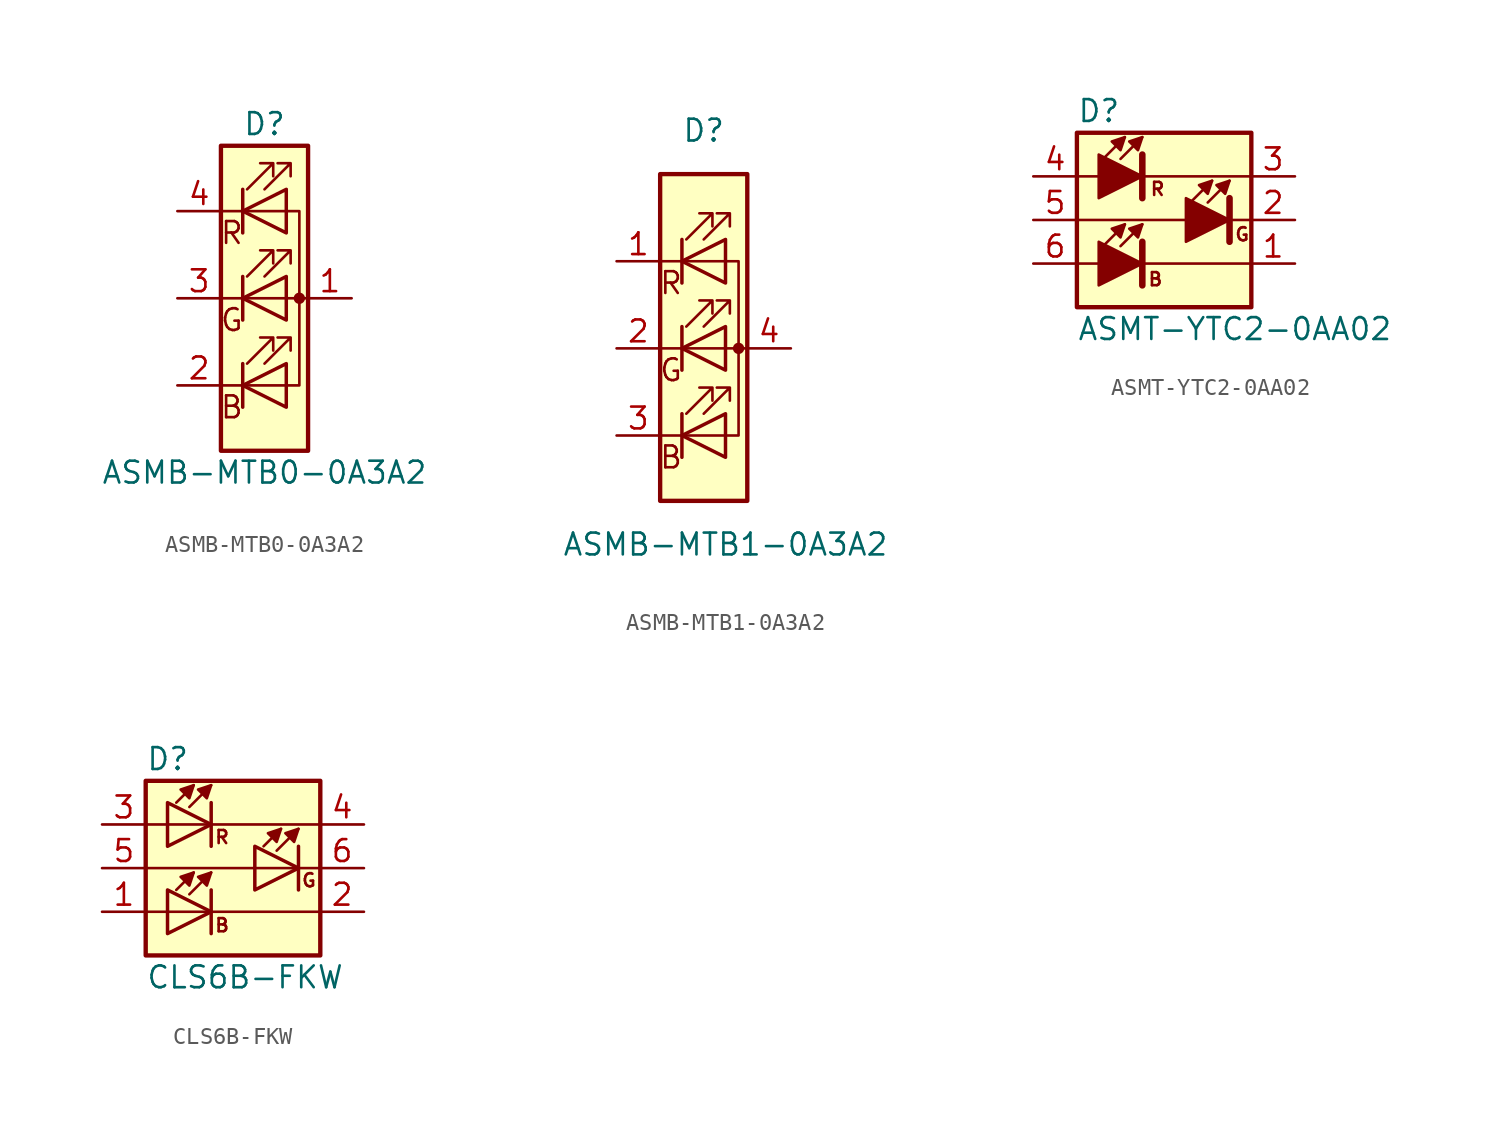
<source format=kicad_sym>
(kicad_symbol_lib
  (version 20211014)
  (generator kicad_symbol_editor)
  (symbol "ASMB-MTB0-0A3A2"
    (pin_names
      (offset 0) hide)
    (property "Reference" "D"
      (at 0 10.16 0)
      (effects (font (size 1.27 1.27))))
    (property "Value" "ASMB-MTB0-0A3A2"
      (at 0 -10.16 0)
      (effects (font (size 1.27 1.27))))
    (symbol "ASMB-MTB0-0A3A2_0_0"
      (text "B" (at -1.905 -6.35 0) (effects (font (size 1.27 1.27))))
      (text "G" (at -1.905 -1.27 0) (effects (font (size 1.27 1.27))))
      (text "R" (at -1.905 3.81 0) (effects (font (size 1.27 1.27)))))
    (symbol "ASMB-MTB0-0A3A2_0_1"
      (rectangle (start -2.54 -8.89) (end 2.54 8.89) (stroke (width 0.254) (type default) (color 0 0 0 0)) (fill (type background)))
      (polyline (pts (xy -2.54 -5.08) (xy 1.27 -5.08)) (stroke (width 0) (type default) (color 0 0 0 0)) (fill (type none)))
      (polyline (pts (xy -1.27 -3.81) (xy -1.27 -6.35)) (stroke (width 0.203) (type default) (color 0 0 0 0)) (fill (type none)))
      (polyline (pts (xy -1.27 1.27) (xy -1.27 -1.27)) (stroke (width 0.203) (type default) (color 0 0 0 0)) (fill (type none)))
      (polyline (pts (xy -1.27 6.35) (xy -1.27 3.81)) (stroke (width 0.203) (type default) (color 0 0 0 0)) (fill (type none)))
      (polyline (pts (xy 1.27 5.08) (xy -2.54 5.08)) (stroke (width 0) (type default) (color 0 0 0 0)) (fill (type none)))
      (polyline (pts (xy 2.54 0) (xy -2.54 0)) (stroke (width 0) (type default) (color 0 0 0 0)) (fill (type none)))
      (polyline (pts (xy 1.27 -5.08) (xy 2.032 -5.08) (xy 2.032 5.08) (xy 1.27 5.08)) (stroke (width 0) (type default) (color 0 0 0 0)) (fill (type none)))
      (polyline (pts (xy 1.27 -3.81) (xy 1.27 -6.35) (xy -1.27 -5.08) (xy 1.27 -3.81)) (stroke (width 0.203) (type default) (color 0 0 0 0)) (fill (type none)))
      (polyline (pts (xy 1.27 1.27) (xy 1.27 -1.27) (xy -1.27 0) (xy 1.27 1.27)) (stroke (width 0.203) (type default) (color 0 0 0 0)) (fill (type none)))
      (polyline (pts (xy 1.27 6.35) (xy 1.27 3.81) (xy -1.27 5.08) (xy 1.27 6.35)) (stroke (width 0.203) (type default) (color 0 0 0 0)) (fill (type none)))
      (polyline (pts (xy -1.016 -3.81) (xy 0.508 -2.286) (xy -0.254 -2.286) (xy 0.508 -2.286) (xy 0.508 -3.048)) (stroke (width 0) (type default) (color 0 0 0 0)) (fill (type none)))
      (polyline (pts (xy -1.016 1.27) (xy 0.508 2.794) (xy -0.254 2.794) (xy 0.508 2.794) (xy 0.508 2.032)) (stroke (width 0) (type default) (color 0 0 0 0)) (fill (type none)))
      (polyline (pts (xy -1.016 6.35) (xy 0.508 7.874) (xy -0.254 7.874) (xy 0.508 7.874) (xy 0.508 7.112)) (stroke (width 0) (type default) (color 0 0 0 0)) (fill (type none)))
      (polyline (pts (xy 0 -3.81) (xy 1.524 -2.286) (xy 0.762 -2.286) (xy 1.524 -2.286) (xy 1.524 -3.048)) (stroke (width 0) (type default) (color 0 0 0 0)) (fill (type none)))
      (polyline (pts (xy 0 1.27) (xy 1.524 2.794) (xy 0.762 2.794) (xy 1.524 2.794) (xy 1.524 2.032)) (stroke (width 0) (type default) (color 0 0 0 0)) (fill (type none)))
      (polyline (pts (xy 0 6.35) (xy 1.524 7.874) (xy 0.762 7.874) (xy 1.524 7.874) (xy 1.524 7.112)) (stroke (width 0) (type default) (color 0 0 0 0)) (fill (type none)))
      (rectangle (start 1.27 6.35) (end 1.27 6.35) (stroke (width 0) (type default) (color 0 0 0 0)) (fill (type none)))
      (circle (center 2.032 0) (radius 0.254) (stroke (width 0) (type default) (color 0 0 0 0)) (fill (type outline))))
    (symbol "ASMB-MTB0-0A3A2_1_1"
      (pin passive line (at 5.08 0 180) (length 2.54) (name "A" (effects (font (size 1.27 1.27)))) (number "1" (effects (font (size 1.27 1.27)))))
      (pin passive line (at -5.08 -5.08 0) (length 2.54) (name "BK" (effects (font (size 1.27 1.27)))) (number "2" (effects (font (size 1.27 1.27)))))
      (pin passive line (at -5.08 0 0) (length 2.54) (name "GK" (effects (font (size 1.27 1.27)))) (number "3" (effects (font (size 1.27 1.27)))))
      (pin passive line (at -5.08 5.08 0) (length 2.54) (name "RK" (effects (font (size 1.27 1.27)))) (number "4" (effects (font (size 1.27 1.27)))))))
  (symbol "ASMB-MTB1-0A3A2"
    (pin_names
      (offset 0) hide)
    (property "Reference" "D"
      (at 0 12.7 0)
      (effects (font (size 1.27 1.27))))
    (property "Value" "ASMB-MTB1-0A3A2"
      (at 1.27 -11.43 0)
      (effects (font (size 1.27 1.27))))
    (symbol "ASMB-MTB1-0A3A2_0_0"
      (text "B" (at -1.905 -6.35 0) (effects (font (size 1.27 1.27))))
      (text "G" (at -1.905 -1.27 0) (effects (font (size 1.27 1.27))))
      (text "R" (at -1.905 3.81 0) (effects (font (size 1.27 1.27)))))
    (symbol "ASMB-MTB1-0A3A2_0_1"
      (polyline (pts (xy -2.54 -5.08) (xy 1.27 -5.08)) (stroke (width 0) (type default) (color 0 0 0 0)) (fill (type none)))
      (polyline (pts (xy -1.27 -3.81) (xy -1.27 -6.35)) (stroke (width 0.203) (type default) (color 0 0 0 0)) (fill (type none)))
      (polyline (pts (xy -1.27 1.27) (xy -1.27 -1.27)) (stroke (width 0.203) (type default) (color 0 0 0 0)) (fill (type none)))
      (polyline (pts (xy -1.27 6.35) (xy -1.27 3.81)) (stroke (width 0.203) (type default) (color 0 0 0 0)) (fill (type none)))
      (polyline (pts (xy 1.27 5.08) (xy -2.54 5.08)) (stroke (width 0) (type default) (color 0 0 0 0)) (fill (type none)))
      (polyline (pts (xy 2.54 0) (xy -2.54 0)) (stroke (width 0) (type default) (color 0 0 0 0)) (fill (type none)))
      (polyline (pts (xy 1.27 -5.08) (xy 2.032 -5.08) (xy 2.032 5.08) (xy 1.27 5.08)) (stroke (width 0) (type default) (color 0 0 0 0)) (fill (type none)))
      (polyline (pts (xy 1.27 -3.81) (xy 1.27 -6.35) (xy -1.27 -5.08) (xy 1.27 -3.81)) (stroke (width 0.203) (type default) (color 0 0 0 0)) (fill (type none)))
      (polyline (pts (xy 1.27 1.27) (xy 1.27 -1.27) (xy -1.27 0) (xy 1.27 1.27)) (stroke (width 0.203) (type default) (color 0 0 0 0)) (fill (type none)))
      (polyline (pts (xy 1.27 6.35) (xy 1.27 3.81) (xy -1.27 5.08) (xy 1.27 6.35)) (stroke (width 0.203) (type default) (color 0 0 0 0)) (fill (type none)))
      (polyline (pts (xy -1.016 -3.81) (xy 0.508 -2.286) (xy -0.254 -2.286) (xy 0.508 -2.286) (xy 0.508 -3.048)) (stroke (width 0) (type default) (color 0 0 0 0)) (fill (type none)))
      (polyline (pts (xy -1.016 1.27) (xy 0.508 2.794) (xy -0.254 2.794) (xy 0.508 2.794) (xy 0.508 2.032)) (stroke (width 0) (type default) (color 0 0 0 0)) (fill (type none)))
      (polyline (pts (xy -1.016 6.35) (xy 0.508 7.874) (xy -0.254 7.874) (xy 0.508 7.874) (xy 0.508 7.112)) (stroke (width 0) (type default) (color 0 0 0 0)) (fill (type none)))
      (polyline (pts (xy 0 -3.81) (xy 1.524 -2.286) (xy 0.762 -2.286) (xy 1.524 -2.286) (xy 1.524 -3.048)) (stroke (width 0) (type default) (color 0 0 0 0)) (fill (type none)))
      (polyline (pts (xy 0 1.27) (xy 1.524 2.794) (xy 0.762 2.794) (xy 1.524 2.794) (xy 1.524 2.032)) (stroke (width 0) (type default) (color 0 0 0 0)) (fill (type none)))
      (polyline (pts (xy 0 6.35) (xy 1.524 7.874) (xy 0.762 7.874) (xy 1.524 7.874) (xy 1.524 7.112)) (stroke (width 0) (type default) (color 0 0 0 0)) (fill (type none)))
      (rectangle (start 1.27 6.35) (end 1.27 6.35) (stroke (width 0) (type default) (color 0 0 0 0)) (fill (type none)))
      (circle (center 2.032 0) (radius 0.254) (stroke (width 0) (type default) (color 0 0 0 0)) (fill (type outline)))
      (rectangle (start 2.54 -8.89) (end -2.54 10.16) (stroke (width 0.254) (type default) (color 0 0 0 0)) (fill (type background))))
    (symbol "ASMB-MTB1-0A3A2_1_1"
      (pin passive line (at -5.08 5.08 0) (length 2.54) (name "RK" (effects (font (size 1.27 1.27)))) (number "1" (effects (font (size 1.27 1.27)))))
      (pin passive line (at -5.08 0 0) (length 2.54) (name "GK" (effects (font (size 1.27 1.27)))) (number "2" (effects (font (size 1.27 1.27)))))
      (pin passive line (at -5.08 -5.08 0) (length 2.54) (name "BK" (effects (font (size 1.27 1.27)))) (number "3" (effects (font (size 1.27 1.27)))))
      (pin passive line (at 5.08 0 180) (length 2.54) (name "A" (effects (font (size 1.27 1.27)))) (number "4" (effects (font (size 1.27 1.27)))))))
  (symbol "ASMT-YTC2-0AA02"
    (pin_names hide)
    (property "Reference" "D"
      (at -5.08 6.35 0)
      (effects (font (size 1.27 1.27)) (justify left)))
    (property "Value" "ASMT-YTC2-0AA02"
      (at -5.08 -6.35 0)
      (effects (font (size 1.27 1.27)) (justify left)))
    (symbol "ASMT-YTC2-0AA02_0_0"
      (text "B" (at -0.508 -3.454 0) (effects (font (size 0.762 0.762))))
      (text "G" (at 4.547 -0.838 0) (effects (font (size 0.762 0.762))))
      (text "R" (at -0.381 1.803 0) (effects (font (size 0.762 0.762)))))
    (symbol "ASMT-YTC2-0AA02_0_1"
      (rectangle (start -5.08 5.08) (end 5.08 -5.08) (stroke (width 0.254) (type default) (color 0 0 0 0)) (fill (type background)))
      (polyline (pts (xy -5.08 -2.54) (xy -3.81 -2.54)) (stroke (width 0) (type default) (color 0 0 0 0)) (fill (type none)))
      (polyline (pts (xy -5.08 0) (xy 1.27 0)) (stroke (width 0) (type default) (color 0 0 0 0)) (fill (type none)))
      (polyline (pts (xy -3.81 2.54) (xy -5.08 2.54)) (stroke (width 0) (type default) (color 0 0 0 0)) (fill (type none)))
      (polyline (pts (xy -3.556 -1.524) (xy -2.286 -0.254)) (stroke (width 0) (type default) (color 0 0 0 0)) (fill (type none)))
      (polyline (pts (xy -3.556 3.556) (xy -2.286 4.826)) (stroke (width 0) (type default) (color 0 0 0 0)) (fill (type none)))
      (polyline (pts (xy -2.54 -1.524) (xy -1.27 -0.254)) (stroke (width 0) (type default) (color 0 0 0 0)) (fill (type none)))
      (polyline (pts (xy -2.54 3.556) (xy -1.27 4.826)) (stroke (width 0) (type default) (color 0 0 0 0)) (fill (type none)))
      (polyline (pts (xy -1.27 -2.54) (xy 5.08 -2.54)) (stroke (width 0) (type default) (color 0 0 0 0)) (fill (type none)))
      (polyline (pts (xy -1.27 -1.27) (xy -1.27 -3.81)) (stroke (width 0.381) (type default) (color 0 0 0 0)) (fill (type none)))
      (polyline (pts (xy -1.27 2.54) (xy 5.08 2.54)) (stroke (width 0) (type default) (color 0 0 0 0)) (fill (type none)))
      (polyline (pts (xy -1.27 3.81) (xy -1.27 1.27)) (stroke (width 0.381) (type default) (color 0 0 0 0)) (fill (type none)))
      (polyline (pts (xy 1.524 1.016) (xy 2.794 2.286)) (stroke (width 0) (type default) (color 0 0 0 0)) (fill (type none)))
      (polyline (pts (xy 2.54 1.016) (xy 3.81 2.286)) (stroke (width 0) (type default) (color 0 0 0 0)) (fill (type none)))
      (polyline (pts (xy 3.81 0) (xy 5.08 0)) (stroke (width 0) (type default) (color 0 0 0 0)) (fill (type none)))
      (polyline (pts (xy 3.81 1.27) (xy 3.81 -1.27)) (stroke (width 0.381) (type default) (color 0 0 0 0)) (fill (type none)))
      (polyline (pts (xy -3.81 -1.27) (xy -3.81 -3.81) (xy -1.27 -2.54) (xy -3.81 -1.27)) (stroke (width 0) (type default) (color 0 0 0 0)) (fill (type outline)))
      (polyline (pts (xy -3.81 3.81) (xy -3.81 1.27) (xy -1.27 2.54) (xy -3.81 3.81)) (stroke (width 0) (type default) (color 0 0 0 0)) (fill (type outline)))
      (polyline (pts (xy -2.286 -0.254) (xy -2.54 -1.016) (xy -3.048 -0.508) (xy -2.286 -0.254)) (stroke (width 0) (type default) (color 0 0 0 0)) (fill (type outline)))
      (polyline (pts (xy -2.286 4.826) (xy -2.54 4.064) (xy -3.048 4.572) (xy -2.286 4.826)) (stroke (width 0) (type default) (color 0 0 0 0)) (fill (type outline)))
      (polyline (pts (xy -1.27 -0.254) (xy -1.524 -1.016) (xy -2.032 -0.508) (xy -1.27 -0.254)) (stroke (width 0) (type default) (color 0 0 0 0)) (fill (type outline)))
      (polyline (pts (xy -1.27 4.826) (xy -1.524 4.064) (xy -2.032 4.572) (xy -1.27 4.826)) (stroke (width 0) (type default) (color 0 0 0 0)) (fill (type outline)))
      (polyline (pts (xy 1.27 1.27) (xy 1.27 -1.27) (xy 3.81 0) (xy 1.27 1.27)) (stroke (width 0) (type default) (color 0 0 0 0)) (fill (type outline)))
      (polyline (pts (xy 2.794 2.286) (xy 2.54 1.524) (xy 2.032 2.032) (xy 2.794 2.286)) (stroke (width 0) (type default) (color 0 0 0 0)) (fill (type outline)))
      (polyline (pts (xy 3.81 2.286) (xy 3.556 1.524) (xy 3.048 2.032) (xy 3.81 2.286)) (stroke (width 0) (type default) (color 0 0 0 0)) (fill (type outline))))
    (symbol "ASMT-YTC2-0AA02_1_1"
      (pin passive line (at 7.62 -2.54 180) (length 2.54) (name "KB" (effects (font (size 1.27 1.27)))) (number "1" (effects (font (size 1.27 1.27)))))
      (pin passive line (at 7.62 0 180) (length 2.54) (name "KG" (effects (font (size 1.27 1.27)))) (number "2" (effects (font (size 1.27 1.27)))))
      (pin passive line (at 7.62 2.54 180) (length 2.54) (name "KR" (effects (font (size 1.27 1.27)))) (number "3" (effects (font (size 1.27 1.27)))))
      (pin passive line (at -7.62 2.54 0) (length 2.54) (name "AR" (effects (font (size 1.27 1.27)))) (number "4" (effects (font (size 1.27 1.27)))))
      (pin passive line (at -7.62 0 0) (length 2.54) (name "AG" (effects (font (size 1.27 1.27)))) (number "5" (effects (font (size 1.27 1.27)))))
      (pin passive line (at -7.62 -2.54 0) (length 2.54) (name "AB" (effects (font (size 1.27 1.27)))) (number "6" (effects (font (size 1.27 1.27)))))))
  (symbol "CLS6B-FKW"
    (pin_names hide)
    (property "Reference" "D"
      (at -5.08 6.35 0)
      (effects (font (size 1.27 1.27)) (justify left)))
    (property "Value" "CLS6B-FKW"
      (at -5.08 -6.35 0)
      (effects (font (size 1.27 1.27)) (justify left)))
    (symbol "CLS6B-FKW_0_0"
      (text "B" (at -0.635 -3.327 0) (effects (font (size 0.762 0.762))))
      (text "G" (at 4.42 -0.711 0) (effects (font (size 0.762 0.762))))
      (text "R" (at -0.635 1.803 0) (effects (font (size 0.762 0.762)))))
    (symbol "CLS6B-FKW_0_1"
      (rectangle (start -5.08 5.08) (end 5.08 -5.08) (stroke (width 0.254) (type default) (color 0 0 0 0)) (fill (type background)))
      (polyline (pts (xy -5.105 0) (xy 5.08 0)) (stroke (width 0) (type default) (color 0 0 0 0)) (fill (type none)))
      (polyline (pts (xy -5.08 -2.54) (xy 5.08 -2.54)) (stroke (width 0) (type default) (color 0 0 0 0)) (fill (type none)))
      (polyline (pts (xy -5.08 2.54) (xy 5.08 2.54)) (stroke (width 0) (type default) (color 0 0 0 0)) (fill (type none)))
      (polyline (pts (xy -2.54 -1.524) (xy -1.27 -0.254)) (stroke (width 0) (type default) (color 0 0 0 0)) (fill (type none)))
      (polyline (pts (xy -2.54 3.556) (xy -1.27 4.826)) (stroke (width 0) (type default) (color 0 0 0 0)) (fill (type none)))
      (polyline (pts (xy -2.286 -0.254) (xy -3.302 -1.27)) (stroke (width 0) (type default) (color 0 0 0 0)) (fill (type none)))
      (polyline (pts (xy -2.286 4.826) (xy -3.302 3.81)) (stroke (width 0) (type default) (color 0 0 0 0)) (fill (type none)))
      (polyline (pts (xy -1.27 -1.27) (xy -1.27 -3.81)) (stroke (width 0.203) (type default) (color 0 0 0 0)) (fill (type none)))
      (polyline (pts (xy -1.27 3.81) (xy -1.27 1.27)) (stroke (width 0.203) (type default) (color 0 0 0 0)) (fill (type none)))
      (polyline (pts (xy 2.54 1.016) (xy 3.81 2.286)) (stroke (width 0) (type default) (color 0 0 0 0)) (fill (type none)))
      (polyline (pts (xy 2.794 2.286) (xy 1.778 1.27)) (stroke (width 0) (type default) (color 0 0 0 0)) (fill (type none)))
      (polyline (pts (xy 3.81 1.27) (xy 3.81 -1.27)) (stroke (width 0.203) (type default) (color 0 0 0 0)) (fill (type none)))
      (polyline (pts (xy -3.81 -1.27) (xy -3.81 -3.81) (xy -1.27 -2.54) (xy -3.81 -1.27)) (stroke (width 0.203) (type default) (color 0 0 0 0)) (fill (type none)))
      (polyline (pts (xy -3.81 3.81) (xy -3.81 1.27) (xy -1.27 2.54) (xy -3.81 3.81)) (stroke (width 0.203) (type default) (color 0 0 0 0)) (fill (type none)))
      (polyline (pts (xy -2.286 -0.254) (xy -2.54 -1.016) (xy -3.048 -0.508) (xy -2.286 -0.254)) (stroke (width 0) (type default) (color 0 0 0 0)) (fill (type outline)))
      (polyline (pts (xy -2.286 4.826) (xy -2.54 4.064) (xy -3.048 4.572) (xy -2.286 4.826)) (stroke (width 0) (type default) (color 0 0 0 0)) (fill (type outline)))
      (polyline (pts (xy -1.27 -0.254) (xy -1.524 -1.016) (xy -2.032 -0.508) (xy -1.27 -0.254)) (stroke (width 0) (type default) (color 0 0 0 0)) (fill (type outline)))
      (polyline (pts (xy -1.27 4.826) (xy -1.524 4.064) (xy -2.032 4.572) (xy -1.27 4.826)) (stroke (width 0) (type default) (color 0 0 0 0)) (fill (type outline)))
      (polyline (pts (xy 1.27 1.27) (xy 1.27 -1.27) (xy 3.81 0) (xy 1.27 1.27)) (stroke (width 0.203) (type default) (color 0 0 0 0)) (fill (type none)))
      (polyline (pts (xy 2.794 2.286) (xy 2.54 1.524) (xy 2.032 2.032) (xy 2.794 2.286)) (stroke (width 0) (type default) (color 0 0 0 0)) (fill (type outline)))
      (polyline (pts (xy 3.81 2.286) (xy 3.556 1.524) (xy 3.048 2.032) (xy 3.81 2.286)) (stroke (width 0) (type default) (color 0 0 0 0)) (fill (type outline))))
    (symbol "CLS6B-FKW_1_1"
      (pin passive line (at -7.62 -2.54 0) (length 2.54) (name "AB" (effects (font (size 1.27 1.27)))) (number "1" (effects (font (size 1.27 1.27)))))
      (pin passive line (at 7.62 -2.54 180) (length 2.54) (name "KB" (effects (font (size 1.27 1.27)))) (number "2" (effects (font (size 1.27 1.27)))))
      (pin passive line (at -7.62 2.54 0) (length 2.54) (name "AR" (effects (font (size 1.27 1.27)))) (number "3" (effects (font (size 1.27 1.27)))))
      (pin passive line (at 7.62 2.54 180) (length 2.54) (name "KR" (effects (font (size 1.27 1.27)))) (number "4" (effects (font (size 1.27 1.27)))))
      (pin passive line (at -7.62 0 0) (length 2.54) (name "AG" (effects (font (size 1.27 1.27)))) (number "5" (effects (font (size 1.27 1.27)))))
      (pin passive line (at 7.62 0 180) (length 2.54) (name "KR" (effects (font (size 1.27 1.27)))) (number "6" (effects (font (size 1.27 1.27))))))))
</source>
